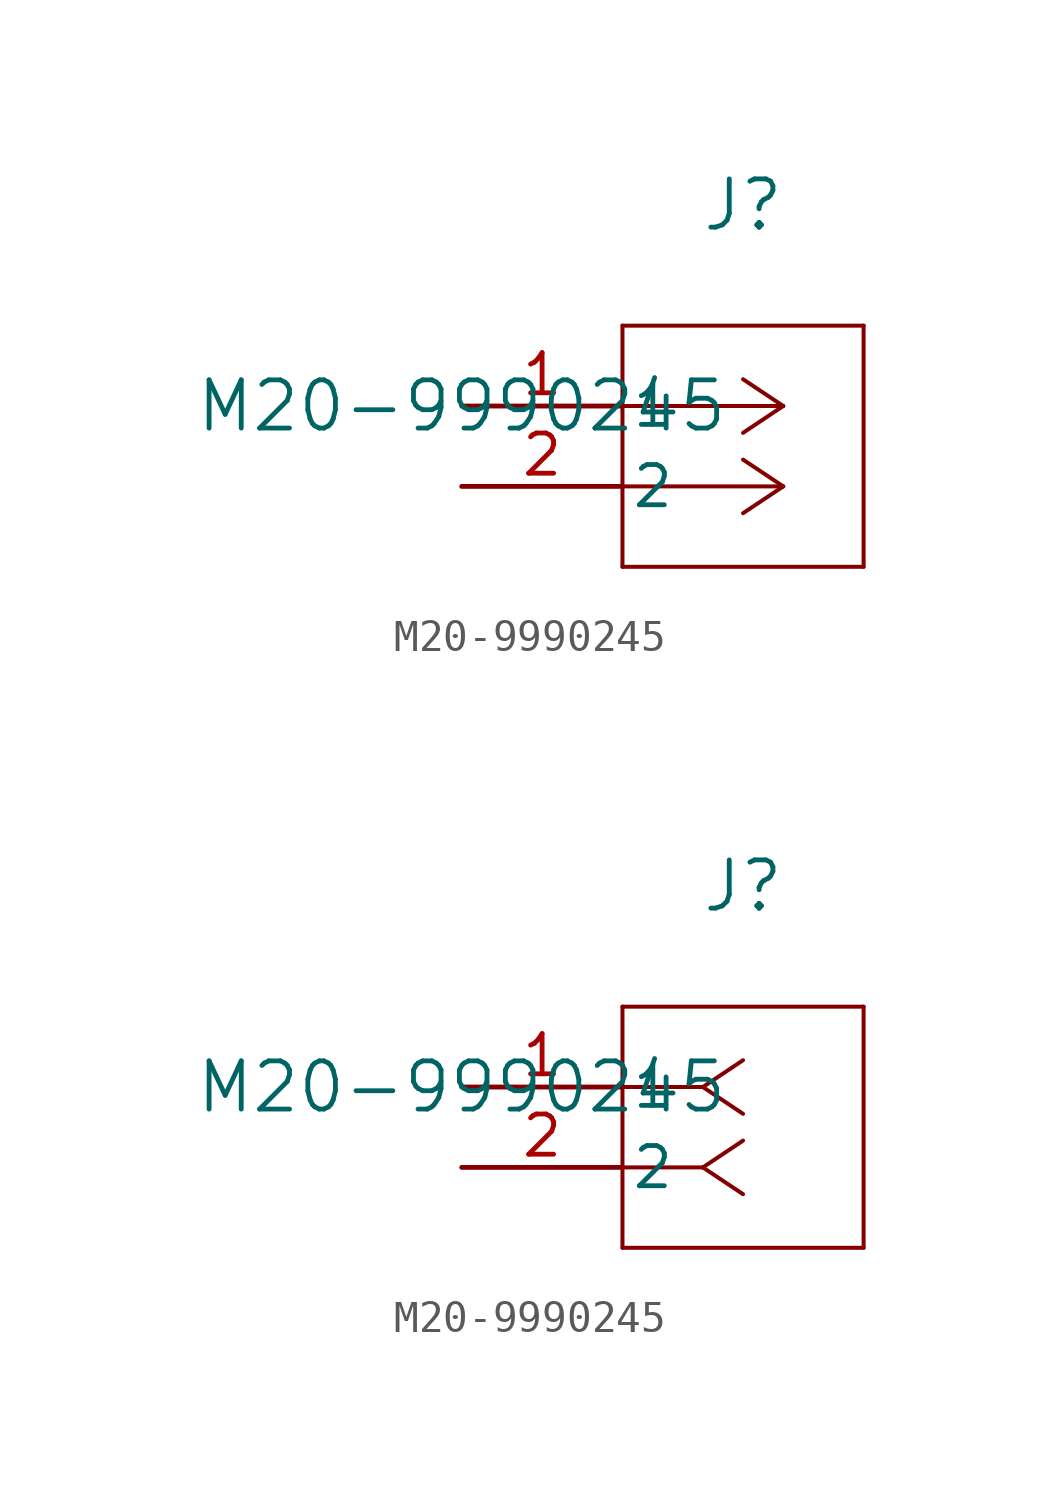
<source format=kicad_sym>
(kicad_symbol_lib
  (version 20211014)
  (generator kicad_symbol_editor)
  (symbol "M20-9990245"
    (pin_names
      (offset 0.254))
    (property "Reference" "J"
      (at 8.89 6.35 0)
      (effects (font (size 1.524 1.524))))
    (property "Value" "M20-9990245"
      (at 0 0 0)
      (effects (font (size 1.524 1.524))))
    (symbol "M20-9990245_1_1"
      (polyline (pts (xy 10.16 0) (xy 5.08 0)) (stroke (width 0.127) (type default) (color 0 0 0 0)) (fill (type none)))
      (polyline (pts (xy 10.16 -2.54) (xy 5.08 -2.54)) (stroke (width 0.127) (type default) (color 0 0 0 0)) (fill (type none)))
      (polyline (pts (xy 10.16 0) (xy 8.89 0.847)) (stroke (width 0.127) (type default) (color 0 0 0 0)) (fill (type none)))
      (polyline (pts (xy 10.16 -2.54) (xy 8.89 -1.693)) (stroke (width 0.127) (type default) (color 0 0 0 0)) (fill (type none)))
      (polyline (pts (xy 10.16 0) (xy 8.89 -0.847)) (stroke (width 0.127) (type default) (color 0 0 0 0)) (fill (type none)))
      (polyline (pts (xy 10.16 -2.54) (xy 8.89 -3.387)) (stroke (width 0.127) (type default) (color 0 0 0 0)) (fill (type none)))
      (polyline (pts (xy 5.08 2.54) (xy 5.08 -5.08)) (stroke (width 0.127) (type default) (color 0 0 0 0)) (fill (type none)))
      (polyline (pts (xy 5.08 -5.08) (xy 12.7 -5.08)) (stroke (width 0.127) (type default) (color 0 0 0 0)) (fill (type none)))
      (polyline (pts (xy 12.7 -5.08) (xy 12.7 2.54)) (stroke (width 0.127) (type default) (color 0 0 0 0)) (fill (type none)))
      (polyline (pts (xy 12.7 2.54) (xy 5.08 2.54)) (stroke (width 0.127) (type default) (color 0 0 0 0)) (fill (type none)))
      (pin unspecified line (at 0 0 0) (length 5.08) (name "1" (effects (font (size 1.27 1.27)))) (number "1" (effects (font (size 1.27 1.27)))))
      (pin unspecified line (at 0 -2.54 0) (length 5.08) (name "2" (effects (font (size 1.27 1.27)))) (number "2" (effects (font (size 1.27 1.27))))))
    (symbol "M20-9990245_1_2"
      (polyline (pts (xy 7.62 0) (xy 5.08 0)) (stroke (width 0.127) (type default) (color 0 0 0 0)) (fill (type none)))
      (polyline (pts (xy 7.62 -2.54) (xy 5.08 -2.54)) (stroke (width 0.127) (type default) (color 0 0 0 0)) (fill (type none)))
      (polyline (pts (xy 7.62 0) (xy 8.89 0.847)) (stroke (width 0.127) (type default) (color 0 0 0 0)) (fill (type none)))
      (polyline (pts (xy 7.62 -2.54) (xy 8.89 -1.693)) (stroke (width 0.127) (type default) (color 0 0 0 0)) (fill (type none)))
      (polyline (pts (xy 7.62 0) (xy 8.89 -0.847)) (stroke (width 0.127) (type default) (color 0 0 0 0)) (fill (type none)))
      (polyline (pts (xy 7.62 -2.54) (xy 8.89 -3.387)) (stroke (width 0.127) (type default) (color 0 0 0 0)) (fill (type none)))
      (polyline (pts (xy 5.08 2.54) (xy 5.08 -5.08)) (stroke (width 0.127) (type default) (color 0 0 0 0)) (fill (type none)))
      (polyline (pts (xy 5.08 -5.08) (xy 12.7 -5.08)) (stroke (width 0.127) (type default) (color 0 0 0 0)) (fill (type none)))
      (polyline (pts (xy 12.7 -5.08) (xy 12.7 2.54)) (stroke (width 0.127) (type default) (color 0 0 0 0)) (fill (type none)))
      (polyline (pts (xy 12.7 2.54) (xy 5.08 2.54)) (stroke (width 0.127) (type default) (color 0 0 0 0)) (fill (type none)))
      (pin unspecified line (at 0 0 0) (length 5.08) (name "1" (effects (font (size 1.27 1.27)))) (number "1" (effects (font (size 1.27 1.27)))))
      (pin unspecified line (at 0 -2.54 0) (length 5.08) (name "2" (effects (font (size 1.27 1.27)))) (number "2" (effects (font (size 1.27 1.27))))))))
</source>
